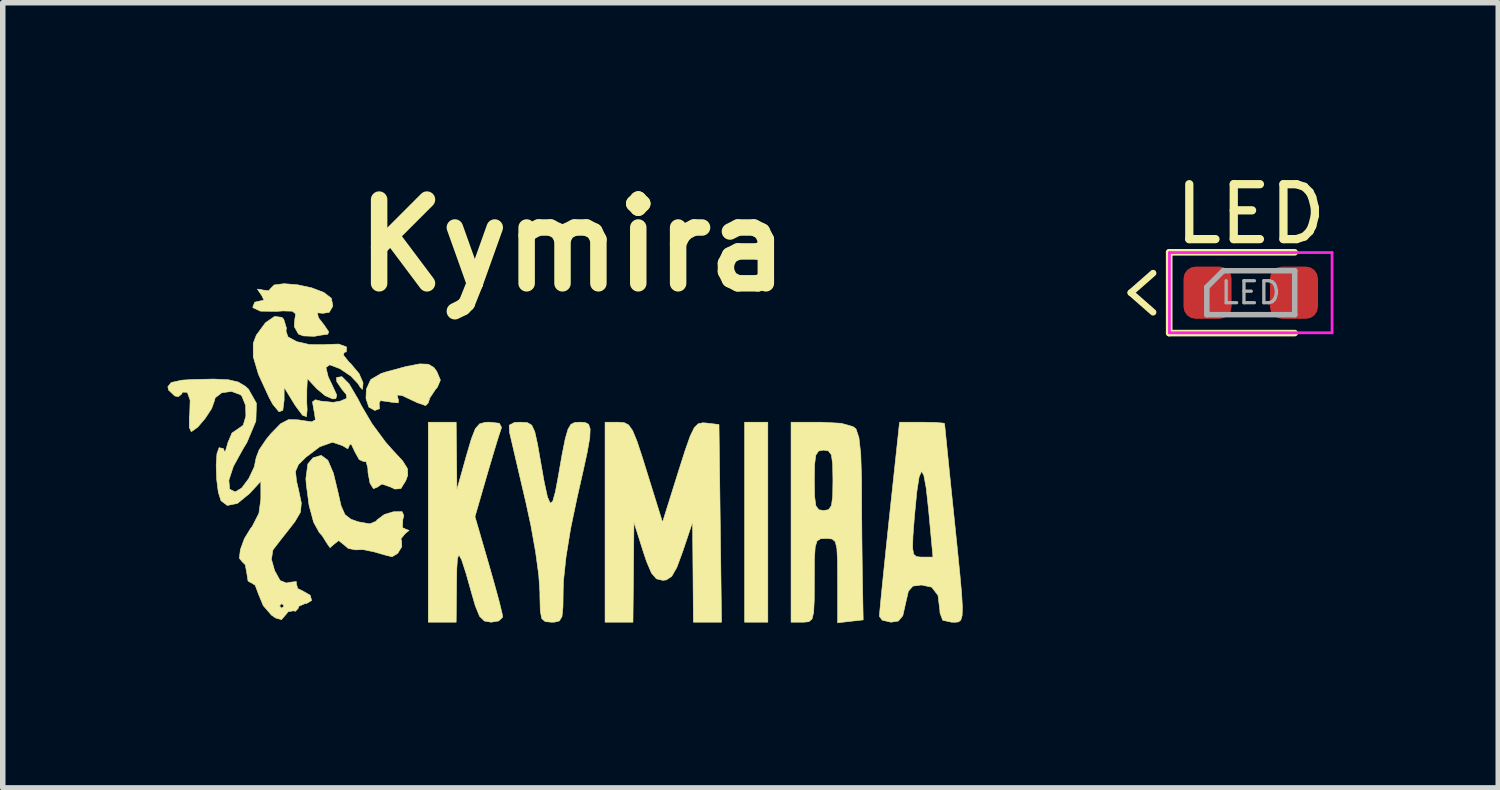
<source format=kicad_pcb>
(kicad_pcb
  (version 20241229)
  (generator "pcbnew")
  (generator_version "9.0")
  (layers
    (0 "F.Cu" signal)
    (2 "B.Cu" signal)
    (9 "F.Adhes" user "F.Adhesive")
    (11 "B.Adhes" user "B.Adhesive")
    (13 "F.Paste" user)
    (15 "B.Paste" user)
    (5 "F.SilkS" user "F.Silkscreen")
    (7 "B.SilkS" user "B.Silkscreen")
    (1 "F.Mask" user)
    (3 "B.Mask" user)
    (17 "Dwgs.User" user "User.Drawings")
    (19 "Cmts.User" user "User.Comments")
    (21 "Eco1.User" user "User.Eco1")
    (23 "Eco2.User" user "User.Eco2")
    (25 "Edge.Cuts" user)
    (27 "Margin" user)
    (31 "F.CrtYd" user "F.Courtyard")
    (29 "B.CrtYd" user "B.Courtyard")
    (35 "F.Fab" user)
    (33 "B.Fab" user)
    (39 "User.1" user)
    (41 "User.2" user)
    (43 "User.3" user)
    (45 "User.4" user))
  (footprint "LED"
    (layer "F.Cu")
    (at 19.718 2.278)
    (property "Reference" "LED" (at 0 -1.43 0) (layer "F.SilkS") (effects (font (size 1 1) (thickness 0.15))))
    (attr smd)
    (fp_line (start -2.184 0) (end -1.778 0.356) (stroke (width 0.12) (type solid)) (layer "F.SilkS"))
    (fp_line (start -1.778 -0.356) (end -2.184 0) (stroke (width 0.12) (type solid)) (layer "F.SilkS"))
    (fp_line (start -1.485 -0.735) (end -1.485 0.735) (stroke (width 0.12) (type solid)) (layer "F.SilkS"))
    (fp_line (start -1.485 0.735) (end 0.8 0.735) (stroke (width 0.12) (type solid)) (layer "F.SilkS"))
    (fp_line (start 0.8 -0.735) (end -1.485 -0.735) (stroke (width 0.12) (type solid)) (layer "F.SilkS"))
    (fp_line (start -1.48 -0.73) (end 1.48 -0.73) (stroke (width 0.05) (type solid)) (layer "F.CrtYd"))
    (fp_line (start -1.48 0.73) (end -1.48 -0.73) (stroke (width 0.05) (type solid)) (layer "F.CrtYd"))
    (fp_line (start 1.48 -0.73) (end 1.48 0.73) (stroke (width 0.05) (type solid)) (layer "F.CrtYd"))
    (fp_line (start 1.48 0.73) (end -1.48 0.73) (stroke (width 0.05) (type solid)) (layer "F.CrtYd"))
    (fp_line (start -0.8 -0.1) (end -0.8 0.4) (stroke (width 0.1) (type solid)) (layer "F.Fab"))
    (fp_line (start -0.8 0.4) (end 0.8 0.4) (stroke (width 0.1) (type solid)) (layer "F.Fab"))
    (fp_line (start -0.5 -0.4) (end -0.8 -0.1) (stroke (width 0.1) (type solid)) (layer "F.Fab"))
    (fp_line (start 0.8 -0.4) (end -0.5 -0.4) (stroke (width 0.1) (type solid)) (layer "F.Fab"))
    (fp_line (start 0.8 0.4) (end 0.8 -0.4) (stroke (width 0.1) (type solid)) (layer "F.Fab"))
    (fp_text user "${REFERENCE}" (at 0 0 0) (layer "F.Fab") (effects (font (size 0.4 0.4) (thickness 0.06))))
    (pad "1" smd roundrect (at 0.787 0) (size 0.875 0.95) (layers "F.Cu" "F.Mask" "F.Paste") (roundrect_rratio 0.25))
    (pad "2" smd roundrect (at -0.787 0) (size 0.875 0.95) (layers "F.Cu" "F.Mask" "F.Paste") (roundrect_rratio 0.25)))
  (footprint "Kymira"
    (layer "F.Cu")
    (at 7.371 5.228)
    (property "Reference" "Kymira" (at 0 -3.81 0) (layer "F.SilkS") (effects (font (size 1.524 1.524) (thickness 0.3))))
    (attr through_hole)
    (fp_poly (pts (xy 3.556 3.048) (xy 3.133 3.048) (xy 3.133 -0.593) (xy 3.556 -0.593) (xy 3.556 3.048)) (stroke (width 0.01) (type solid)) (fill yes) (layer "F.SilkS"))
    (fp_poly (pts (xy -2.623 -1.648) (xy -2.524 -1.589) (xy -2.471 -1.518) (xy -2.404 -1.359) (xy -2.46 -1.228) (xy -2.492 -1.192) (xy -2.597 -1.035) (xy -2.625 -0.944) (xy -2.672 -0.895) (xy -2.829 -0.949) (xy -2.874 -0.971) (xy -3.097 -1.076) (xy -3.192 -1.089) (xy -3.173 -1.013) (xy -3.167 -1.004) (xy -3.172 -0.944) (xy -3.315 -0.959) (xy -3.339 -0.965) (xy -3.496 -0.985) (xy -3.519 -0.941) (xy -3.512 -0.839) (xy -3.598 -0.806) (xy -3.708 -0.868) (xy -3.708 -0.869) (xy -3.759 -1.026) (xy -3.752 -1.195) (xy -3.672 -1.369) (xy -3.484 -1.479) (xy -3.4 -1.506) (xy -3.027 -1.607) (xy -2.78 -1.654) (xy -2.623 -1.648)) (stroke (width 0.01) (type solid)) (fill yes) (layer "F.SilkS"))
    (fp_poly (pts (xy 0.94 -0.585) (xy 1.022 -0.543) (xy 1.095 -0.439) (xy 1.175 -0.245) (xy 1.278 0.067) (xy 1.356 0.318) (xy 1.639 1.228) (xy 1.926 0.312) (xy 2.052 -0.083) (xy 2.144 -0.343) (xy 2.218 -0.495) (xy 2.29 -0.565) (xy 2.374 -0.582) (xy 2.44 -0.577) (xy 2.667 -0.55) (xy 2.69 1.249) (xy 2.713 3.048) (xy 2.201 3.048) (xy 2.194 2.138) (xy 2.186 1.228) (xy 2.008 1.757) (xy 1.9 2.05) (xy 1.807 2.213) (xy 1.708 2.279) (xy 1.642 2.286) (xy 1.529 2.259) (xy 1.439 2.156) (xy 1.348 1.942) (xy 1.286 1.757) (xy 1.119 1.228) (xy 1.11 2.138) (xy 1.101 3.048) (xy 0.593 3.048) (xy 0.593 -0.593) (xy 0.833 -0.593) (xy 0.94 -0.585)) (stroke (width 0.01) (type solid)) (fill yes) (layer "F.SilkS"))
    (fp_poly (pts (xy -2.11 0.021) (xy -2.104 0.635) (xy -1.932 0.021) (xy -1.84 -0.291) (xy -1.768 -0.475) (xy -1.69 -0.563) (xy -1.583 -0.591) (xy -1.506 -0.593) (xy -1.331 -0.573) (xy -1.292 -0.499) (xy -1.303 -0.459) (xy -1.349 -0.321) (xy -1.427 -0.065) (xy -1.524 0.261) (xy -1.565 0.401) (xy -1.775 1.127) (xy -1.523 1.994) (xy -1.419 2.36) (xy -1.335 2.668) (xy -1.283 2.881) (xy -1.27 2.955) (xy -1.342 3.025) (xy -1.479 3.048) (xy -1.603 3.027) (xy -1.691 2.941) (xy -1.769 2.75) (xy -1.824 2.561) (xy -1.938 2.159) (xy -2.017 1.914) (xy -2.066 1.824) (xy -2.093 1.881) (xy -2.106 2.08) (xy -2.11 2.349) (xy -2.117 3.048) (xy -2.625 3.048) (xy -2.625 -0.593) (xy -2.117 -0.593) (xy -2.11 0.021)) (stroke (width 0.01) (type solid)) (fill yes) (layer "F.SilkS"))
    (fp_poly (pts (xy -5.005 -3.094) (xy -4.748 -3.039) (xy -4.527 -2.955) (xy -4.39 -2.85) (xy -4.389 -2.849) (xy -4.362 -2.708) (xy -4.427 -2.593) (xy -4.541 -2.575) (xy -4.644 -2.584) (xy -4.624 -2.494) (xy -4.517 -2.356) (xy -4.438 -2.239) (xy -4.453 -2.195) (xy -4.594 -2.175) (xy -4.7 -2.156) (xy -4.898 -2.163) (xy -4.987 -2.196) (xy -5.065 -2.334) (xy -5.056 -2.453) (xy -5.04 -2.564) (xy -5.097 -2.613) (xy -5.265 -2.618) (xy -5.395 -2.61) (xy -5.681 -2.614) (xy -5.814 -2.676) (xy -5.82 -2.688) (xy -5.784 -2.777) (xy -5.712 -2.794) (xy -5.616 -2.815) (xy -5.66 -2.905) (xy -5.674 -2.923) (xy -5.736 -3.015) (xy -5.669 -3.009) (xy -5.642 -2.999) (xy -5.526 -2.987) (xy -5.503 -3.018) (xy -5.431 -3.091) (xy -5.249 -3.114) (xy -5.005 -3.094)) (stroke (width 0.01) (type solid)) (fill yes) (layer "F.SilkS"))
    (fp_poly (pts (xy -4.453 0.1) (xy -4.352 0.335) (xy -4.275 0.653) (xy -4.212 0.931) (xy -4.141 1.09) (xy -4.032 1.174) (xy -3.902 1.22) (xy -3.688 1.258) (xy -3.573 1.209) (xy -3.555 1.184) (xy -3.423 1.086) (xy -3.259 1.038) (xy -3.102 1.035) (xy -3.07 1.108) (xy -3.089 1.182) (xy -3.095 1.326) (xy -3.033 1.356) (xy -2.974 1.377) (xy -3.046 1.436) (xy -3.123 1.53) (xy -3.11 1.575) (xy -3.107 1.674) (xy -3.182 1.796) (xy -3.282 1.856) (xy -3.291 1.855) (xy -3.402 1.828) (xy -3.596 1.772) (xy -3.598 1.771) (xy -3.808 1.727) (xy -3.952 1.731) (xy -4.082 1.705) (xy -4.156 1.642) (xy -4.256 1.562) (xy -4.338 1.626) (xy -4.413 1.692) (xy -4.459 1.628) (xy -4.555 1.475) (xy -4.61 1.414) (xy -4.712 1.229) (xy -4.795 0.921) (xy -4.846 0.536) (xy -4.853 0.434) (xy -4.817 0.167) (xy -4.722 0.055) (xy -4.573 0.011) (xy -4.453 0.1)) (stroke (width 0.01) (type solid)) (fill yes) (layer "F.SilkS"))
    (fp_poly (pts (xy 0.232 -0.587) (xy 0.294 -0.554) (xy 0.322 -0.47) (xy 0.315 -0.312) (xy 0.271 -0.057) (xy 0.189 0.318) (xy 0.085 0.776) (xy -0.033 1.34) (xy -0.118 1.864) (xy -0.164 2.299) (xy -0.169 2.461) (xy -0.173 2.769) (xy -0.191 2.945) (xy -0.238 3.025) (xy -0.327 3.047) (xy -0.381 3.048) (xy -0.495 3.038) (xy -0.559 2.983) (xy -0.586 2.845) (xy -0.593 2.584) (xy -0.593 2.503) (xy -0.614 2.19) (xy -0.672 1.766) (xy -0.758 1.284) (xy -0.847 0.873) (xy -0.946 0.45) (xy -1.034 0.073) (xy -1.102 -0.22) (xy -1.142 -0.391) (xy -1.145 -0.402) (xy -1.152 -0.538) (xy -1.056 -0.588) (xy -0.945 -0.593) (xy -0.822 -0.585) (xy -0.742 -0.539) (xy -0.686 -0.419) (xy -0.636 -0.193) (xy -0.591 0.064) (xy -0.515 0.495) (xy -0.456 0.766) (xy -0.406 0.881) (xy -0.36 0.849) (xy -0.311 0.675) (xy -0.262 0.413) (xy -0.188 -0.01) (xy -0.131 -0.294) (xy -0.081 -0.466) (xy -0.027 -0.555) (xy 0.043 -0.588) (xy 0.136 -0.593) (xy 0.232 -0.587)) (stroke (width 0.01) (type solid)) (fill yes) (layer "F.SilkS"))
    (fp_poly (pts (xy -5.288 -2.501) (xy -5.255 -2.463) (xy -5.207 -2.307) (xy -5.215 -2.251) (xy -5.179 -2.146) (xy -5.02 -2.059) (xy -4.786 -2.006) (xy -4.524 -2.004) (xy -4.498 -2.007) (xy -4.256 -2.015) (xy -4.119 -1.966) (xy -4.112 -1.957) (xy -4.117 -1.873) (xy -4.156 -1.863) (xy -4.169 -1.814) (xy -4.075 -1.694) (xy -4.034 -1.655) (xy -3.884 -1.476) (xy -3.813 -1.311) (xy -3.813 -1.295) (xy -3.822 -1.19) (xy -3.868 -1.235) (xy -3.901 -1.291) (xy -4.036 -1.434) (xy -4.238 -1.569) (xy -4.419 -1.637) (xy -4.488 -1.589) (xy -4.447 -1.42) (xy -4.365 -1.249) (xy -4.291 -1.086) (xy -4.307 -1.023) (xy -4.362 -1.016) (xy -4.501 -1.074) (xy -4.653 -1.201) (xy -4.826 -1.387) (xy -4.836 -1.18) (xy -4.837 -0.953) (xy -4.83 -0.826) (xy -4.841 -0.694) (xy -4.914 -0.719) (xy -5.048 -0.899) (xy -5.081 -0.953) (xy -5.249 -1.228) (xy -5.249 -0.995) (xy -5.273 -0.808) (xy -5.343 -0.783) (xy -5.455 -0.918) (xy -5.52 -1.037) (xy -5.716 -1.463) (xy -5.811 -1.784) (xy -5.811 -2.03) (xy -5.755 -2.177) (xy -5.588 -2.404) (xy -5.422 -2.518) (xy -5.288 -2.501)) (stroke (width 0.01) (type solid)) (fill yes) (layer "F.SilkS"))
    (fp_poly (pts (xy 4.891 -0.573) (xy 5.109 -0.511) (xy 5.161 -0.47) (xy 5.214 -0.314) (xy 5.248 -0.007) (xy 5.262 0.436) (xy 5.263 0.525) (xy 5.264 1.016) (xy 5.269 1.561) (xy 5.275 2.063) (xy 5.277 2.201) (xy 5.292 3.006) (xy 5.059 3.032) (xy 4.826 3.059) (xy 4.826 2.292) (xy 4.824 1.929) (xy 4.813 1.704) (xy 4.784 1.583) (xy 4.728 1.534) (xy 4.635 1.524) (xy 4.614 1.524) (xy 4.514 1.53) (xy 4.452 1.57) (xy 4.419 1.676) (xy 4.405 1.882) (xy 4.403 2.219) (xy 4.403 2.286) (xy 4.401 2.647) (xy 4.39 2.871) (xy 4.36 2.99) (xy 4.303 3.039) (xy 4.21 3.048) (xy 4.191 3.048) (xy 3.979 3.048) (xy 3.979 0.466) (xy 4.403 0.466) (xy 4.408 0.763) (xy 4.431 0.93) (xy 4.485 1.001) (xy 4.572 1.016) (xy 4.664 0.999) (xy 4.715 0.922) (xy 4.737 0.749) (xy 4.741 0.466) (xy 4.736 0.168) (xy 4.713 0.002) (xy 4.659 -0.07) (xy 4.572 -0.085) (xy 4.48 -0.068) (xy 4.429 0.009) (xy 4.407 0.182) (xy 4.403 0.466) (xy 3.979 0.466) (xy 3.979 -0.593) (xy 4.519 -0.593) (xy 4.891 -0.573)) (stroke (width 0.01) (type solid)) (fill yes) (layer "F.SilkS"))
    (fp_poly (pts (xy 6.601 -0.588) (xy 6.749 -0.576) (xy 6.773 -0.568) (xy 6.782 -0.48) (xy 6.805 -0.25) (xy 6.84 0.097) (xy 6.884 0.534) (xy 6.936 1.035) (xy 6.943 1.101) (xy 7.007 1.723) (xy 7.054 2.196) (xy 7.085 2.541) (xy 7.098 2.779) (xy 7.093 2.928) (xy 7.069 3.009) (xy 7.027 3.043) (xy 6.965 3.049) (xy 6.9 3.048) (xy 6.739 3.013) (xy 6.689 2.875) (xy 6.689 2.843) (xy 6.654 2.56) (xy 6.539 2.41) (xy 6.352 2.371) (xy 6.197 2.391) (xy 6.115 2.483) (xy 6.066 2.695) (xy 6.063 2.709) (xy 6.013 2.93) (xy 5.932 3.027) (xy 5.799 3.048) (xy 5.64 3.012) (xy 5.587 2.942) (xy 5.596 2.829) (xy 5.62 2.575) (xy 5.657 2.206) (xy 5.704 1.75) (xy 5.71 1.694) (xy 6.191 1.694) (xy 6.21 1.81) (xy 6.262 1.855) (xy 6.351 1.863) (xy 6.364 1.863) (xy 6.562 1.863) (xy 6.483 1.011) (xy 6.439 0.606) (xy 6.395 0.37) (xy 6.353 0.303) (xy 6.31 0.404) (xy 6.268 0.675) (xy 6.226 1.114) (xy 6.225 1.122) (xy 6.198 1.476) (xy 6.191 1.694) (xy 5.71 1.694) (xy 5.758 1.234) (xy 5.77 1.122) (xy 5.954 -0.593) (xy 6.364 -0.593) (xy 6.601 -0.588)) (stroke (width 0.01) (type solid)) (fill yes) (layer "F.SilkS"))
    (fp_poly (pts (xy -4.068 -1.293) (xy -3.903 -1.012) (xy -3.845 -0.897) (xy -3.65 -0.566) (xy -3.404 -0.232) (xy -3.282 -0.094) (xy -3.09 0.114) (xy -3.003 0.254) (xy -2.998 0.372) (xy -3.035 0.472) (xy -3.124 0.616) (xy -3.232 0.625) (xy -3.312 0.587) (xy -3.47 0.533) (xy -3.555 0.591) (xy -3.623 0.618) (xy -3.686 0.517) (xy -3.722 0.325) (xy -3.725 0.242) (xy -3.756 0.127) (xy -3.803 0.123) (xy -3.882 0.088) (xy -3.965 -0.061) (xy -3.965 -0.063) (xy -4.026 -0.191) (xy -4.057 -0.187) (xy -4.057 -0.18) (xy -4.089 -0.108) (xy -4.187 -0.166) (xy -4.368 -0.228) (xy -4.601 -0.145) (xy -4.849 0.042) (xy -4.989 0.18) (xy -5.042 0.303) (xy -5.023 0.482) (xy -4.987 0.633) (xy -4.936 0.878) (xy -4.951 1.044) (xy -5.05 1.214) (xy -5.133 1.322) (xy -5.298 1.531) (xy -5.425 1.696) (xy -5.454 1.735) (xy -5.48 1.904) (xy -5.422 2.109) (xy -5.322 2.289) (xy -5.207 2.335) (xy -5.143 2.321) (xy -5.027 2.308) (xy -5.026 2.352) (xy -5.001 2.436) (xy -4.91 2.48) (xy -4.775 2.557) (xy -4.748 2.652) (xy -4.841 2.708) (xy -4.868 2.709) (xy -4.981 2.758) (xy -4.995 2.799) (xy -5.046 2.851) (xy -5.075 2.84) (xy -5.176 2.858) (xy -5.226 2.919) (xy -5.297 3.001) (xy -5.399 2.973) (xy -5.479 2.92) (xy -5.624 2.752) (xy -5.334 2.752) (xy -5.292 2.794) (xy -5.249 2.752) (xy -5.292 2.709) (xy -5.334 2.752) (xy -5.624 2.752) (xy -5.629 2.746) (xy -5.715 2.539) (xy -5.775 2.377) (xy -5.845 2.33) (xy -5.849 2.333) (xy -5.906 2.298) (xy -5.927 2.164) (xy -5.956 2.003) (xy -6.013 1.947) (xy -6.064 1.883) (xy -6.045 1.725) (xy -5.972 1.526) (xy -5.859 1.341) (xy -5.831 1.307) (xy -5.708 1.067) (xy -5.673 0.808) (xy -5.673 0.483) (xy -5.88 0.707) (xy -6.099 0.886) (xy -6.284 0.923) (xy -6.398 0.837) (xy -6.447 0.683) (xy -6.477 0.447) (xy -6.486 0.192) (xy -6.472 -0.02) (xy -6.433 -0.128) (xy -6.432 -0.129) (xy -6.353 -0.112) (xy -6.34 -0.068) (xy -6.319 -0.06) (xy -6.281 -0.188) (xy -6.276 -0.212) (xy -6.199 -0.395) (xy -6.095 -0.466) (xy -5.995 -0.536) (xy -5.945 -0.704) (xy -5.951 -0.902) (xy -6.018 -1.066) (xy -6.045 -1.094) (xy -6.207 -1.153) (xy -6.385 -1.128) (xy -6.504 -1.037) (xy -6.519 -0.979) (xy -6.568 -0.842) (xy -6.685 -0.663) (xy -6.821 -0.503) (xy -6.932 -0.424) (xy -6.941 -0.423) (xy -6.975 -0.497) (xy -6.975 -0.682) (xy -6.967 -0.751) (xy -6.96 -0.994) (xy -7.009 -1.131) (xy -7.018 -1.137) (xy -7.103 -1.14) (xy -7.112 -1.108) (xy -7.174 -1.057) (xy -7.239 -1.07) (xy -7.352 -1.177) (xy -7.366 -1.237) (xy -7.305 -1.315) (xy -7.109 -1.358) (xy -6.921 -1.37) (xy -6.527 -1.378) (xy -6.262 -1.365) (xy -6.085 -1.324) (xy -5.956 -1.247) (xy -5.897 -1.193) (xy -5.753 -0.937) (xy -5.763 -0.613) (xy -5.926 -0.224) (xy -5.997 -0.107) (xy -6.173 0.212) (xy -6.255 0.463) (xy -6.241 0.626) (xy -6.141 0.677) (xy -6.022 0.606) (xy -5.893 0.434) (xy -5.793 0.222) (xy -5.757 0.049) (xy -5.705 -0.087) (xy -5.571 -0.285) (xy -5.493 -0.38) (xy -5.314 -0.564) (xy -5.169 -0.64) (xy -4.993 -0.636) (xy -4.938 -0.627) (xy -4.747 -0.599) (xy -4.68 -0.637) (xy -4.698 -0.771) (xy -4.706 -0.803) (xy -4.733 -0.963) (xy -4.679 -1.001) (xy -4.584 -0.977) (xy -4.354 -0.954) (xy -4.227 -0.976) (xy -4.108 -1.027) (xy -4.12 -1.101) (xy -4.198 -1.194) (xy -4.291 -1.331) (xy -4.295 -1.406) (xy -4.197 -1.422) (xy -4.068 -1.293)) (stroke (width 0.01) (type solid)) (fill yes) (layer "F.SilkS")))
  (gr_rect
    (start -3 -3)
    (end 24.223 11.292)
    (stroke (width 0.1) (type default))
    (fill no)
    (layer "Edge.Cuts")))
</source>
